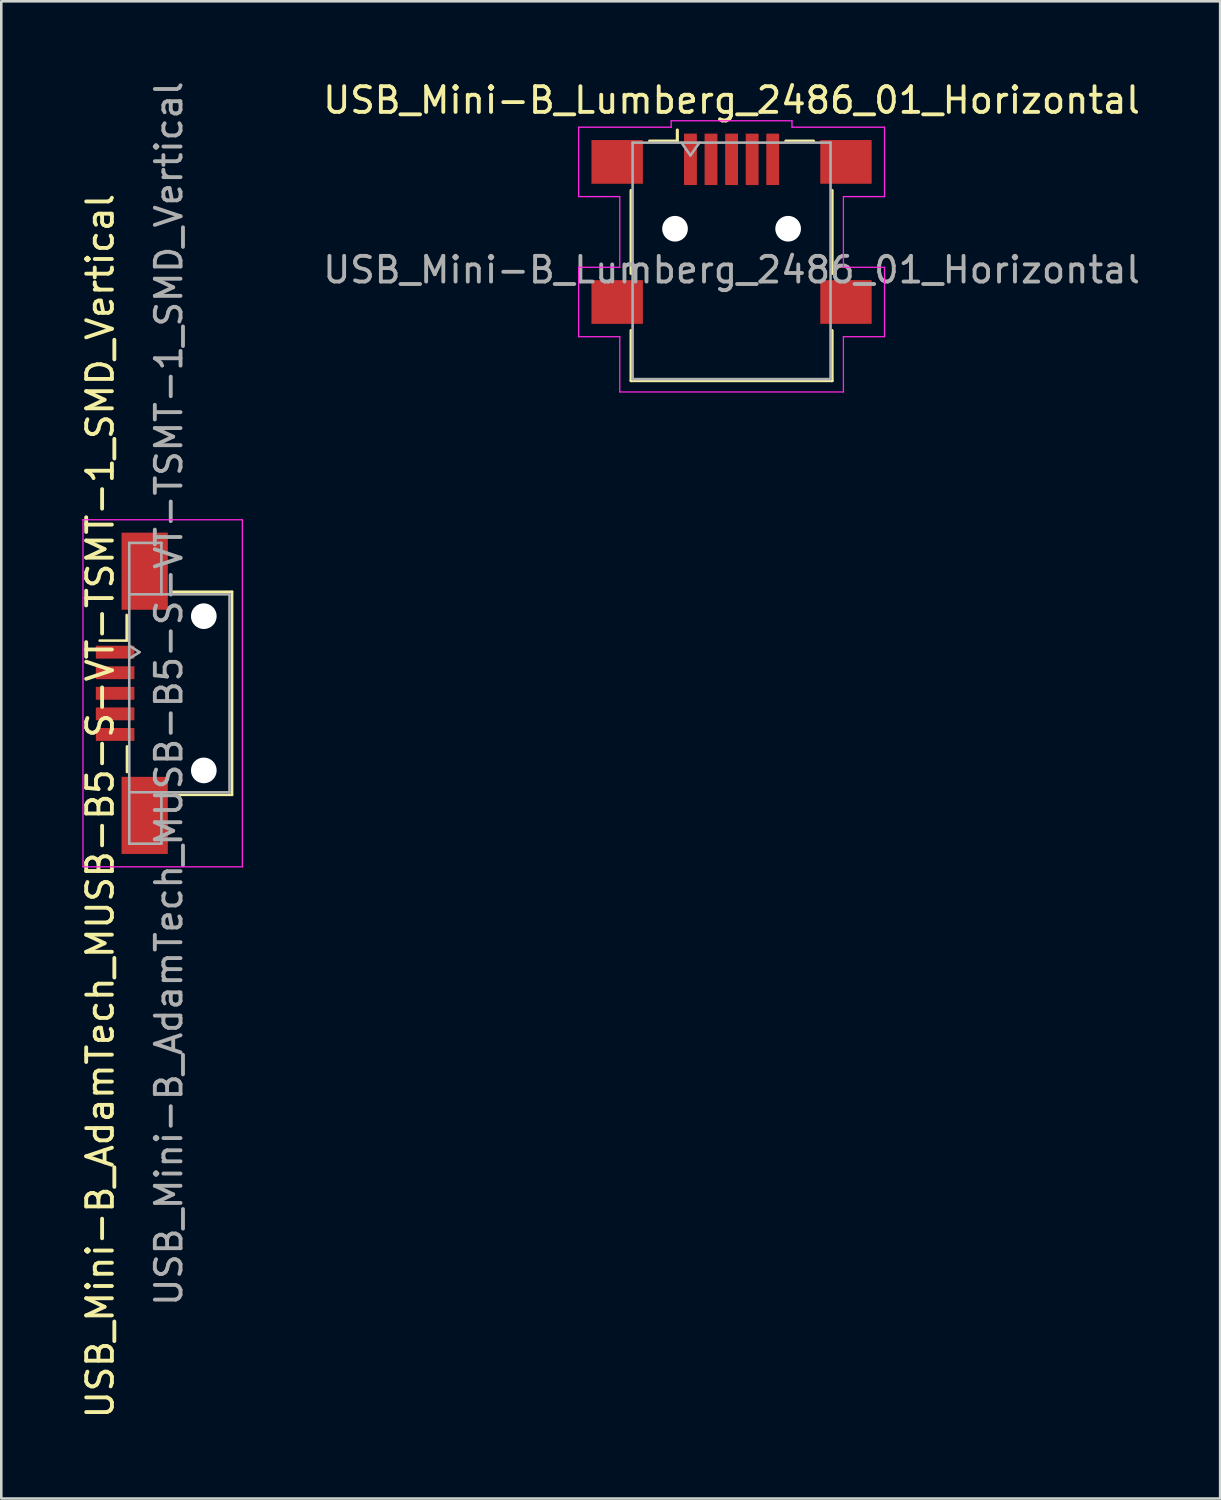
<source format=kicad_pcb>
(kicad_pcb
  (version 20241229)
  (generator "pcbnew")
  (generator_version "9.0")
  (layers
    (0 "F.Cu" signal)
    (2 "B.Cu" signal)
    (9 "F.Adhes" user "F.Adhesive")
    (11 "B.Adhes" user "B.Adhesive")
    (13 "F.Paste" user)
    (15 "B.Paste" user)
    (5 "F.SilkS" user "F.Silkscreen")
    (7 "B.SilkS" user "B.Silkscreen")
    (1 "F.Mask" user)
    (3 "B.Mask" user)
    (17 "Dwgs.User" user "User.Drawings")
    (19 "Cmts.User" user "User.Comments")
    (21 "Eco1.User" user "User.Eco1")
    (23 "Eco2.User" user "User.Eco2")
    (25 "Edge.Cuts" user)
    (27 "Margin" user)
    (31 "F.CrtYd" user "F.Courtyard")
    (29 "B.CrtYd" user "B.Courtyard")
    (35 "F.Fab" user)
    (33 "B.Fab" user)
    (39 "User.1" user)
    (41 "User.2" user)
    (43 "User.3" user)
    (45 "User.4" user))
  (footprint "USB_Mini-B_Lumberg_2486_01_Horizontal"
    (layer "F.Cu")
    (at 25.409 5.848)
    (property "Reference" "USB_Mini-B_Lumberg_2486_01_Horizontal" (at 0 -5 0) (layer "F.SilkS") (effects (font (size 1 1) (thickness 0.15))))
    (attr smd)
    (fp_line (start -3.91 1.74) (end -3.91 -1.49) (stroke (width 0.12) (type solid)) (layer "F.SilkS"))
    (fp_line (start -3.91 5.91) (end -3.91 3.96) (stroke (width 0.12) (type solid)) (layer "F.SilkS"))
    (fp_line (start -3.19 -3.41) (end -2.11 -3.41) (stroke (width 0.12) (type solid)) (layer "F.SilkS"))
    (fp_line (start -2.11 -3.41) (end -2.11 -3.84) (stroke (width 0.12) (type solid)) (layer "F.SilkS"))
    (fp_line (start 2.11 -3.41) (end 3.19 -3.41) (stroke (width 0.12) (type solid)) (layer "F.SilkS"))
    (fp_line (start 3.91 1.74) (end 3.91 -1.49) (stroke (width 0.12) (type solid)) (layer "F.SilkS"))
    (fp_line (start 3.91 5.91) (end -3.91 5.91) (stroke (width 0.12) (type solid)) (layer "F.SilkS"))
    (fp_line (start 3.91 5.91) (end 3.91 3.96) (stroke (width 0.12) (type solid)) (layer "F.SilkS"))
    (fp_line (start -5.95 -3.95) (end -5.95 -1.25) (stroke (width 0.05) (type solid)) (layer "F.CrtYd"))
    (fp_line (start -5.95 -3.95) (end -2.35 -3.95) (stroke (width 0.05) (type solid)) (layer "F.CrtYd"))
    (fp_line (start -5.95 1.5) (end -5.95 4.2) (stroke (width 0.05) (type solid)) (layer "F.CrtYd"))
    (fp_line (start -4.35 -1.25) (end -5.95 -1.25) (stroke (width 0.05) (type solid)) (layer "F.CrtYd"))
    (fp_line (start -4.35 -1.25) (end -4.35 1.5) (stroke (width 0.05) (type solid)) (layer "F.CrtYd"))
    (fp_line (start -4.35 1.5) (end -5.95 1.5) (stroke (width 0.05) (type solid)) (layer "F.CrtYd"))
    (fp_line (start -4.35 4.2) (end -5.95 4.2) (stroke (width 0.05) (type solid)) (layer "F.CrtYd"))
    (fp_line (start -4.35 6.35) (end -4.35 4.2) (stroke (width 0.05) (type solid)) (layer "F.CrtYd"))
    (fp_line (start -4.35 6.35) (end 4.35 6.35) (stroke (width 0.05) (type solid)) (layer "F.CrtYd"))
    (fp_line (start -2.35 -3.95) (end -2.35 -4.2) (stroke (width 0.05) (type solid)) (layer "F.CrtYd"))
    (fp_line (start 2.35 -4.2) (end -2.35 -4.2) (stroke (width 0.05) (type solid)) (layer "F.CrtYd"))
    (fp_line (start 2.35 -3.95) (end 2.35 -4.2) (stroke (width 0.05) (type solid)) (layer "F.CrtYd"))
    (fp_line (start 4.35 -1.25) (end 4.35 1.5) (stroke (width 0.05) (type solid)) (layer "F.CrtYd"))
    (fp_line (start 4.35 -1.25) (end 5.95 -1.25) (stroke (width 0.05) (type solid)) (layer "F.CrtYd"))
    (fp_line (start 4.35 1.5) (end 5.95 1.5) (stroke (width 0.05) (type solid)) (layer "F.CrtYd"))
    (fp_line (start 4.35 4.2) (end 5.95 4.2) (stroke (width 0.05) (type solid)) (layer "F.CrtYd"))
    (fp_line (start 4.35 6.35) (end 4.35 4.2) (stroke (width 0.05) (type solid)) (layer "F.CrtYd"))
    (fp_line (start 5.95 -3.95) (end 2.35 -3.95) (stroke (width 0.05) (type solid)) (layer "F.CrtYd"))
    (fp_line (start 5.95 -3.95) (end 5.95 -1.25) (stroke (width 0.05) (type solid)) (layer "F.CrtYd"))
    (fp_line (start 5.95 1.5) (end 5.95 4.2) (stroke (width 0.05) (type solid)) (layer "F.CrtYd"))
    (fp_line (start -3.85 -3.35) (end -3.85 5.85) (stroke (width 0.1) (type solid)) (layer "F.Fab"))
    (fp_line (start -3.85 -3.35) (end 3.85 -3.35) (stroke (width 0.1) (type solid)) (layer "F.Fab"))
    (fp_line (start -3.85 5.85) (end 3.85 5.85) (stroke (width 0.1) (type solid)) (layer "F.Fab"))
    (fp_line (start -1.95 -3.35) (end -1.6 -2.85) (stroke (width 0.1) (type solid)) (layer "F.Fab"))
    (fp_line (start -1.6 -2.85) (end -1.25 -3.35) (stroke (width 0.1) (type solid)) (layer "F.Fab"))
    (fp_line (start 3.85 5.85) (end 3.85 -3.35) (stroke (width 0.1) (type solid)) (layer "F.Fab"))
    (fp_text user "${REFERENCE}" (at 0 1.6 180) (layer "F.Fab") (effects (font (size 1 1) (thickness 0.15))))
    (pad "" np_thru_hole circle (at -2.2 0) (size 1 1) (drill 1) (layers "*.Cu" "*.Mask"))
    (pad "" np_thru_hole circle (at 2.2 0) (size 1 1) (drill 1) (layers "*.Cu" "*.Mask"))
    (pad "1" smd rect (at -1.6 -2.7) (size 0.5 2) (layers "F.Cu" "F.Mask" "F.Paste"))
    (pad "2" smd rect (at -0.8 -2.7) (size 0.5 2) (layers "F.Cu" "F.Mask" "F.Paste"))
    (pad "3" smd rect (at 0 -2.7) (size 0.5 2) (layers "F.Cu" "F.Mask" "F.Paste"))
    (pad "4" smd rect (at 0.8 -2.7) (size 0.5 2) (layers "F.Cu" "F.Mask" "F.Paste"))
    (pad "5" smd rect (at 1.6 -2.7) (size 0.5 2) (layers "F.Cu" "F.Mask" "F.Paste"))
    (pad "6" smd rect (at -4.45 -2.6) (size 2 1.7) (layers "F.Cu" "F.Mask" "F.Paste"))
    (pad "6" smd rect (at -4.45 2.85) (size 2 1.7) (layers "F.Cu" "F.Mask" "F.Paste"))
    (pad "6" smd rect (at 4.45 -2.6) (size 2 1.7) (layers "F.Cu" "F.Mask" "F.Paste"))
    (pad "6" smd rect (at 4.45 2.85) (size 2 1.7) (layers "F.Cu" "F.Mask" "F.Paste")))
  (footprint "USB_Mini-B_AdamTech_MUSB-B5-S-VT-TSMT-1_SMD_Vertical"
    (layer "F.Cu")
    (at 3.028 23.92)
    (property "Reference" "USB_Mini-B_AdamTech_MUSB-B5-S-VT-TSMT-1_SMD_Vertical" (at -2.18 4.39 90) (layer "F.SilkS") (effects (font (size 1 1) (thickness 0.15))))
    (attr smd)
    (fp_line (start -2.2 -2.05) (end -1.15 -2.05) (stroke (width 0.1) (type solid)) (layer "F.SilkS"))
    (fp_line (start -1.15 -2.05) (end -1.15 -3.05) (stroke (width 0.1) (type solid)) (layer "F.SilkS"))
    (fp_line (start -1.139 2.064) (end -1.139 3.064) (stroke (width 0.1) (type solid)) (layer "F.SilkS"))
    (fp_line (start 0.65 3.95) (end 2.95 3.95) (stroke (width 0.1) (type solid)) (layer "F.SilkS"))
    (fp_line (start 2.95 -3.95) (end 0.65 -3.95) (stroke (width 0.1) (type solid)) (layer "F.SilkS"))
    (fp_line (start 2.95 3.95) (end 2.95 -3.95) (stroke (width 0.1) (type solid)) (layer "F.SilkS"))
    (fp_line (start -2.85 -6.75) (end 3.35 -6.75) (stroke (width 0.05) (type solid)) (layer "F.CrtYd"))
    (fp_line (start -2.85 6.75) (end -2.85 -6.75) (stroke (width 0.05) (type solid)) (layer "F.CrtYd"))
    (fp_line (start 3.35 -6.75) (end 3.35 6.75) (stroke (width 0.05) (type solid)) (layer "F.CrtYd"))
    (fp_line (start 3.35 6.75) (end -2.85 6.75) (stroke (width 0.05) (type solid)) (layer "F.CrtYd"))
    (fp_line (start -1.05 -5.85) (end -1.05 5.85) (stroke (width 0.1) (type solid)) (layer "F.Fab"))
    (fp_line (start -1.05 -5.85) (end 0.2 -5.85) (stroke (width 0.1) (type solid)) (layer "F.Fab"))
    (fp_line (start -1.05 -1.85) (end -0.65 -1.6) (stroke (width 0.1) (type solid)) (layer "F.Fab"))
    (fp_line (start -1.05 3.85) (end 2.85 3.85) (stroke (width 0.1) (type solid)) (layer "F.Fab"))
    (fp_line (start -1.05 5.85) (end 0.2 5.85) (stroke (width 0.1) (type solid)) (layer "F.Fab"))
    (fp_line (start -0.65 -1.6) (end -1.05 -1.35) (stroke (width 0.1) (type solid)) (layer "F.Fab"))
    (fp_line (start 0.2 -5.85) (end 0.2 -3.85) (stroke (width 0.1) (type solid)) (layer "F.Fab"))
    (fp_line (start 0.2 5.85) (end 0.2 3.85) (stroke (width 0.1) (type solid)) (layer "F.Fab"))
    (fp_line (start 2.85 -3.85) (end -1.05 -3.85) (stroke (width 0.1) (type solid)) (layer "F.Fab"))
    (fp_line (start 2.85 3.85) (end 2.85 -3.85) (stroke (width 0.1) (type solid)) (layer "F.Fab"))
    (fp_text user "${REFERENCE}" (at 0.49 0.015 90) (layer "F.Fab") (effects (font (size 1 1) (thickness 0.15))))
    (pad "" np_thru_hole circle (at 1.85 -3 90) (size 1 1) (drill 1) (layers "*.Cu" "*.Mask"))
    (pad "" np_thru_hole circle (at 1.85 3 90) (size 1 1) (drill 1) (layers "*.Cu" "*.Mask"))
    (pad "1" smd rect (at -1.6 -1.6 90) (size 0.5 1.5) (layers "F.Cu" "F.Mask" "F.Paste"))
    (pad "2" smd rect (at -1.6 -0.8 90) (size 0.5 1.5) (layers "F.Cu" "F.Mask" "F.Paste"))
    (pad "3" smd rect (at -1.6 0 90) (size 0.5 1.5) (layers "F.Cu" "F.Mask" "F.Paste"))
    (pad "4" smd rect (at -1.6 0.8 90) (size 0.5 1.5) (layers "F.Cu" "F.Mask" "F.Paste"))
    (pad "5" smd rect (at -1.6 1.6 90) (size 0.5 1.5) (layers "F.Cu" "F.Mask" "F.Paste"))
    (pad "6" smd rect (at -0.45 -4.75 90) (size 3 1.8) (layers "F.Cu" "F.Mask" "F.Paste"))
    (pad "6" smd rect (at -0.45 4.75 90) (size 3 1.8) (layers "F.Cu" "F.Mask" "F.Paste")))
  (gr_rect
    (start -3 -3)
    (end 44.415 55.244)
    (stroke (width 0.1) (type default))
    (fill no)
    (layer "Edge.Cuts")))
</source>
